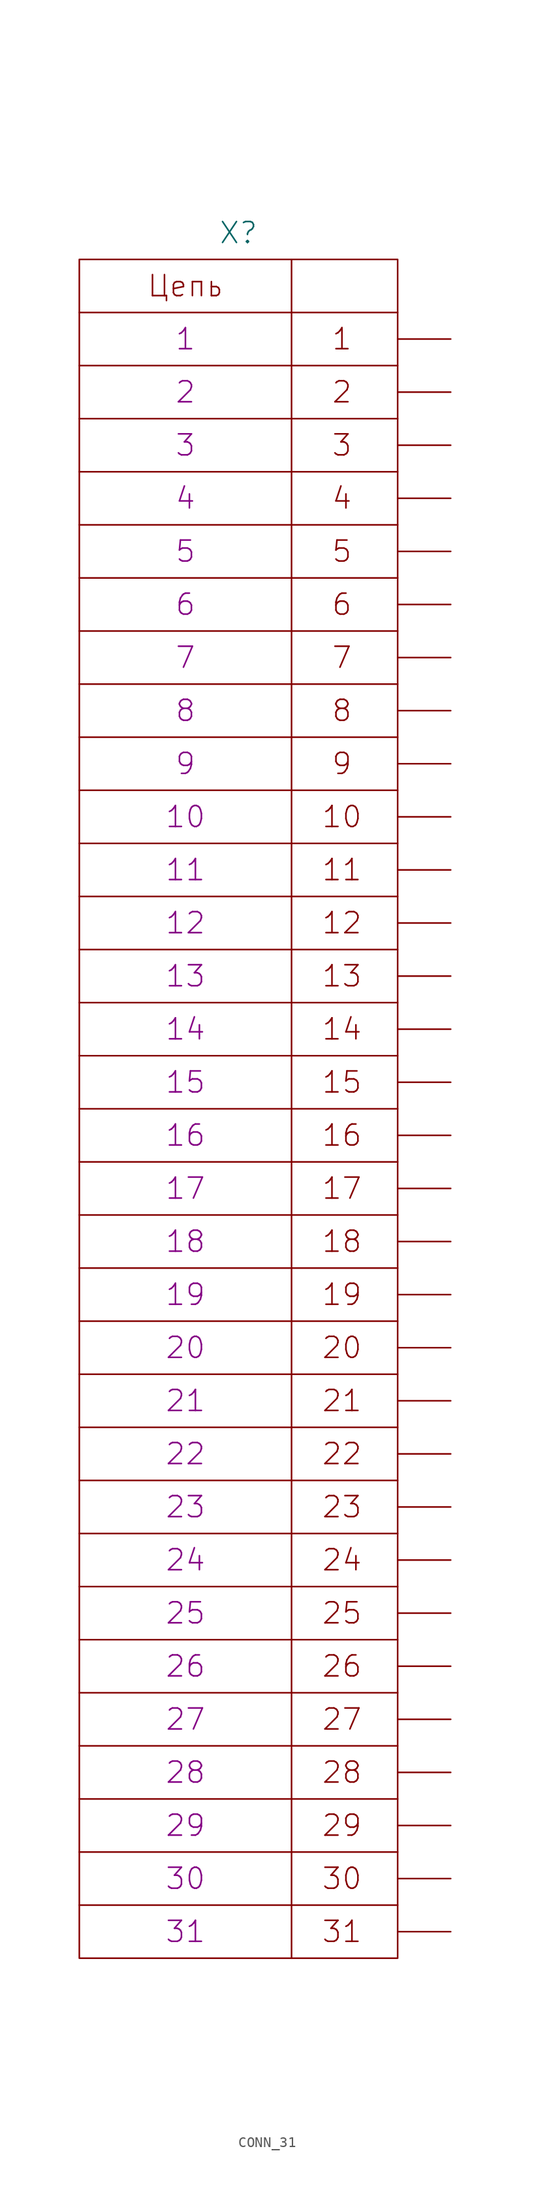
<source format=kicad_sym>
(kicad_symbol_lib
  (version 20231120)
  (generator "kicad_symbol_editor")
  (generator_version "8.0")
  (symbol "CONN_31"
    (pin_numbers hide)
    (pin_names
      (offset 0) hide)
    (property "Reference" "X"
      (at 0 83.82 0)
      (effects (font (size 2.007 2.007))))
    (property "PIN1" "1"
      (at -5.08 73.66 0)
      (effects (font (size 2.007 2.007))))
    (property "PIN2" "2"
      (at -5.08 68.58 0)
      (effects (font (size 2.007 2.007))))
    (property "PIN3" "3"
      (at -5.08 63.5 0)
      (effects (font (size 2.007 2.007))))
    (property "PIN4" "4"
      (at -5.08 58.42 0)
      (effects (font (size 2.007 2.007))))
    (property "PIN5" "5"
      (at -5.08 53.34 0)
      (effects (font (size 2.007 2.007))))
    (property "PIN6" "6"
      (at -5.08 48.26 0)
      (effects (font (size 2.007 2.007))))
    (property "PIN7" "7"
      (at -5.08 43.18 0)
      (effects (font (size 2.007 2.007))))
    (property "PIN8" "8"
      (at -5.08 38.1 0)
      (effects (font (size 2.007 2.007))))
    (property "PIN9" "9"
      (at -5.08 33.02 0)
      (effects (font (size 2.007 2.007))))
    (property "PIN10" "10"
      (at -5.08 27.94 0)
      (effects (font (size 2.007 2.007))))
    (property "PIN11" "11"
      (at -5.08 22.86 0)
      (effects (font (size 2.007 2.007))))
    (property "PIN12" "12"
      (at -5.08 17.78 0)
      (effects (font (size 2.007 2.007))))
    (property "PIN13" "13"
      (at -5.08 12.7 0)
      (effects (font (size 2.007 2.007))))
    (property "PIN14" "14"
      (at -5.08 7.62 0)
      (effects (font (size 2.007 2.007))))
    (property "PIN15" "15"
      (at -5.08 2.54 0)
      (effects (font (size 2.007 2.007))))
    (property "PIN16" "16"
      (at -5.08 -2.54 0)
      (effects (font (size 2.007 2.007))))
    (property "PIN17" "17"
      (at -5.08 -7.62 0)
      (effects (font (size 2.007 2.007))))
    (property "PIN18" "18"
      (at -5.08 -12.7 0)
      (effects (font (size 2.007 2.007))))
    (property "PIN19" "19"
      (at -5.08 -17.78 0)
      (effects (font (size 2.007 2.007))))
    (property "PIN20" "20"
      (at -5.08 -22.86 0)
      (effects (font (size 2.007 2.007))))
    (property "PIN21" "21"
      (at -5.08 -27.94 0)
      (effects (font (size 2.007 2.007))))
    (property "PIN22" "22"
      (at -5.08 -33.02 0)
      (effects (font (size 2.007 2.007))))
    (property "PIN23" "23"
      (at -5.08 -38.1 0)
      (effects (font (size 2.007 2.007))))
    (property "PIN24" "24"
      (at -5.08 -43.18 0)
      (effects (font (size 2.007 2.007))))
    (property "PIN25" "25"
      (at -5.08 -48.26 0)
      (effects (font (size 2.007 2.007))))
    (property "PIN26" "26"
      (at -5.08 -53.34 0)
      (effects (font (size 2.007 2.007))))
    (property "PIN27" "27"
      (at -5.08 -58.42 0)
      (effects (font (size 2.007 2.007))))
    (property "PIN28" "28"
      (at -5.08 -63.5 0)
      (effects (font (size 2.007 2.007))))
    (property "PIN29" "29"
      (at -5.08 -68.58 0)
      (effects (font (size 2.007 2.007))))
    (property "PIN30" "30"
      (at -5.08 -73.66 0)
      (effects (font (size 2.007 2.007))))
    (property "PIN31" "31"
      (at -5.08 -78.74 0)
      (effects (font (size 2.007 2.007))))
    (symbol "CONN_31_0_0"
      (polyline (pts (xy -15.24 -76.2) (xy 15.24 -76.2)) (stroke (width 0) (type solid)) (fill (type none)))
      (polyline (pts (xy -15.24 -71.12) (xy 15.24 -71.12)) (stroke (width 0) (type solid)) (fill (type none)))
      (polyline (pts (xy -15.24 -66.04) (xy 15.24 -66.04)) (stroke (width 0) (type solid)) (fill (type none)))
      (polyline (pts (xy -15.24 -60.96) (xy 15.24 -60.96)) (stroke (width 0) (type solid)) (fill (type none)))
      (polyline (pts (xy -15.24 -55.88) (xy 15.24 -55.88)) (stroke (width 0) (type solid)) (fill (type none)))
      (polyline (pts (xy -15.24 -50.8) (xy 15.24 -50.8)) (stroke (width 0) (type solid)) (fill (type none)))
      (polyline (pts (xy -15.24 -45.72) (xy 15.24 -45.72)) (stroke (width 0) (type solid)) (fill (type none)))
      (polyline (pts (xy -15.24 -40.64) (xy 15.24 -40.64)) (stroke (width 0) (type solid)) (fill (type none)))
      (polyline (pts (xy -15.24 -35.56) (xy 15.24 -35.56)) (stroke (width 0) (type solid)) (fill (type none)))
      (polyline (pts (xy -15.24 -30.48) (xy 15.24 -30.48)) (stroke (width 0) (type solid)) (fill (type none)))
      (polyline (pts (xy -15.24 -25.4) (xy 15.24 -25.4)) (stroke (width 0) (type solid)) (fill (type none)))
      (polyline (pts (xy -15.24 -20.32) (xy 15.24 -20.32)) (stroke (width 0) (type solid)) (fill (type none)))
      (polyline (pts (xy -15.24 -15.24) (xy 15.24 -15.24)) (stroke (width 0) (type solid)) (fill (type none)))
      (polyline (pts (xy -15.24 -10.16) (xy 15.24 -10.16)) (stroke (width 0) (type solid)) (fill (type none)))
      (polyline (pts (xy -15.24 -5.08) (xy 15.24 -5.08)) (stroke (width 0) (type solid)) (fill (type none)))
      (polyline (pts (xy -15.24 0) (xy 15.24 0)) (stroke (width 0) (type solid)) (fill (type none)))
      (polyline (pts (xy -15.24 5.08) (xy 15.24 5.08)) (stroke (width 0) (type solid)) (fill (type none)))
      (polyline (pts (xy -15.24 10.16) (xy 15.24 10.16)) (stroke (width 0) (type solid)) (fill (type none)))
      (polyline (pts (xy -15.24 15.24) (xy 15.24 15.24)) (stroke (width 0) (type solid)) (fill (type none)))
      (polyline (pts (xy -15.24 20.32) (xy 15.24 20.32)) (stroke (width 0) (type solid)) (fill (type none)))
      (polyline (pts (xy -15.24 25.4) (xy 15.24 25.4)) (stroke (width 0) (type solid)) (fill (type none)))
      (polyline (pts (xy -15.24 30.48) (xy 15.24 30.48)) (stroke (width 0) (type solid)) (fill (type none)))
      (polyline (pts (xy -15.24 35.56) (xy 15.24 35.56)) (stroke (width 0) (type solid)) (fill (type none)))
      (polyline (pts (xy -15.24 40.64) (xy 15.24 40.64)) (stroke (width 0) (type solid)) (fill (type none)))
      (polyline (pts (xy -15.24 45.72) (xy 15.24 45.72)) (stroke (width 0) (type solid)) (fill (type none)))
      (polyline (pts (xy -15.24 50.8) (xy 15.24 50.8)) (stroke (width 0) (type solid)) (fill (type none)))
      (polyline (pts (xy -15.24 55.88) (xy 15.24 55.88)) (stroke (width 0) (type solid)) (fill (type none)))
      (polyline (pts (xy -15.24 60.96) (xy 15.24 60.96)) (stroke (width 0) (type solid)) (fill (type none)))
      (polyline (pts (xy -15.24 66.04) (xy 15.24 66.04)) (stroke (width 0) (type solid)) (fill (type none)))
      (polyline (pts (xy -15.24 71.12) (xy 15.24 71.12)) (stroke (width 0) (type solid)) (fill (type none)))
      (polyline (pts (xy -15.24 76.2) (xy 15.24 76.2)) (stroke (width 0) (type solid)) (fill (type none)))
      (polyline (pts (xy 5.08 81.28) (xy 5.08 -81.28)) (stroke (width 0) (type solid)) (fill (type none)))
      (rectangle (start 15.24 81.28) (end -15.24 -81.28) (stroke (width 0) (type solid)) (fill (type none))))
    (symbol "CONN_31_1_1"
      (text "1" (at 9.906 73.66 0) (effects (font (size 2.007 2.007))))
      (text "10" (at 9.906 27.94 0) (effects (font (size 2.007 2.007))))
      (text "11" (at 9.906 22.86 0) (effects (font (size 2.007 2.007))))
      (text "12" (at 9.906 17.78 0) (effects (font (size 2.007 2.007))))
      (text "13" (at 9.906 12.7 0) (effects (font (size 2.007 2.007))))
      (text "14" (at 9.906 7.62 0) (effects (font (size 2.007 2.007))))
      (text "15" (at 9.906 2.54 0) (effects (font (size 2.007 2.007))))
      (text "16" (at 9.906 -2.54 0) (effects (font (size 2.007 2.007))))
      (text "17" (at 9.906 -7.62 0) (effects (font (size 2.007 2.007))))
      (text "18" (at 9.906 -12.7 0) (effects (font (size 2.007 2.007))))
      (text "19" (at 9.906 -17.78 0) (effects (font (size 2.007 2.007))))
      (text "2" (at 9.906 68.58 0) (effects (font (size 2.007 2.007))))
      (text "20" (at 9.906 -22.86 0) (effects (font (size 2.007 2.007))))
      (text "21" (at 9.906 -27.94 0) (effects (font (size 2.007 2.007))))
      (text "22" (at 9.906 -33.02 0) (effects (font (size 2.007 2.007))))
      (text "23" (at 9.906 -38.1 0) (effects (font (size 2.007 2.007))))
      (text "24" (at 9.906 -43.18 0) (effects (font (size 2.007 2.007))))
      (text "25" (at 9.906 -48.26 0) (effects (font (size 2.007 2.007))))
      (text "26" (at 9.906 -53.34 0) (effects (font (size 2.007 2.007))))
      (text "27" (at 9.906 -58.42 0) (effects (font (size 2.007 2.007))))
      (text "28" (at 9.906 -63.5 0) (effects (font (size 2.007 2.007))))
      (text "29" (at 9.906 -68.58 0) (effects (font (size 2.007 2.007))))
      (text "3" (at 9.906 63.5 0) (effects (font (size 2.007 2.007))))
      (text "30" (at 9.906 -73.66 0) (effects (font (size 2.007 2.007))))
      (text "31" (at 9.906 -78.74 0) (effects (font (size 2.007 2.007))))
      (text "4" (at 9.906 58.42 0) (effects (font (size 2.007 2.007))))
      (text "5" (at 9.906 53.34 0) (effects (font (size 2.007 2.007))))
      (text "6" (at 9.906 48.26 0) (effects (font (size 2.007 2.007))))
      (text "7" (at 9.906 43.18 0) (effects (font (size 2.007 2.007))))
      (text "8" (at 9.906 38.1 0) (effects (font (size 2.007 2.007))))
      (text "9" (at 9.906 33.02 0) (effects (font (size 2.007 2.007))))
      (text "Цепь" (at -5.08 78.74 0) (effects (font (size 2.007 2.007))))
      (pin passive line (at 20.32 73.66 180) (length 5.08) (name "1" (effects (font (size 2.007 2.007)))) (number "1" (effects (font (size 2.007 2.007)))))
      (pin passive line (at 20.32 27.94 180) (length 5.08) (name "10" (effects (font (size 2.007 2.007)))) (number "10" (effects (font (size 2.007 2.007)))))
      (pin passive line (at 20.32 22.86 180) (length 5.08) (name "11" (effects (font (size 2.007 2.007)))) (number "11" (effects (font (size 2.007 2.007)))))
      (pin passive line (at 20.32 17.78 180) (length 5.08) (name "12" (effects (font (size 2.007 2.007)))) (number "12" (effects (font (size 2.007 2.007)))))
      (pin passive line (at 20.32 12.7 180) (length 5.08) (name "13" (effects (font (size 2.007 2.007)))) (number "13" (effects (font (size 2.007 2.007)))))
      (pin passive line (at 20.32 7.62 180) (length 5.08) (name "14" (effects (font (size 2.007 2.007)))) (number "14" (effects (font (size 2.007 2.007)))))
      (pin passive line (at 20.32 2.54 180) (length 5.08) (name "15" (effects (font (size 2.007 2.007)))) (number "15" (effects (font (size 2.007 2.007)))))
      (pin passive line (at 20.32 -2.54 180) (length 5.08) (name "16" (effects (font (size 2.007 2.007)))) (number "16" (effects (font (size 2.007 2.007)))))
      (pin passive line (at 20.32 -7.62 180) (length 5.08) (name "17" (effects (font (size 2.007 2.007)))) (number "17" (effects (font (size 2.007 2.007)))))
      (pin passive line (at 20.32 -12.7 180) (length 5.08) (name "18" (effects (font (size 2.007 2.007)))) (number "18" (effects (font (size 2.007 2.007)))))
      (pin passive line (at 20.32 -17.78 180) (length 5.08) (name "19" (effects (font (size 2.007 2.007)))) (number "19" (effects (font (size 2.007 2.007)))))
      (pin passive line (at 20.32 68.58 180) (length 5.08) (name "2" (effects (font (size 2.007 2.007)))) (number "2" (effects (font (size 2.007 2.007)))))
      (pin passive line (at 20.32 -22.86 180) (length 5.08) (name "20" (effects (font (size 2.007 2.007)))) (number "20" (effects (font (size 2.007 2.007)))))
      (pin passive line (at 20.32 -27.94 180) (length 5.08) (name "21" (effects (font (size 2.007 2.007)))) (number "21" (effects (font (size 2.007 2.007)))))
      (pin passive line (at 20.32 -33.02 180) (length 5.08) (name "22" (effects (font (size 2.007 2.007)))) (number "22" (effects (font (size 2.007 2.007)))))
      (pin passive line (at 20.32 -38.1 180) (length 5.08) (name "23" (effects (font (size 2.007 2.007)))) (number "23" (effects (font (size 2.007 2.007)))))
      (pin passive line (at 20.32 -43.18 180) (length 5.08) (name "24" (effects (font (size 2.007 2.007)))) (number "24" (effects (font (size 2.007 2.007)))))
      (pin passive line (at 20.32 -48.26 180) (length 5.08) (name "25" (effects (font (size 2.007 2.007)))) (number "25" (effects (font (size 2.007 2.007)))))
      (pin passive line (at 20.32 -53.34 180) (length 5.08) (name "26" (effects (font (size 2.007 2.007)))) (number "26" (effects (font (size 2.007 2.007)))))
      (pin passive line (at 20.32 -58.42 180) (length 5.08) (name "27" (effects (font (size 2.007 2.007)))) (number "27" (effects (font (size 2.007 2.007)))))
      (pin passive line (at 20.32 -63.5 180) (length 5.08) (name "28" (effects (font (size 2.007 2.007)))) (number "28" (effects (font (size 2.007 2.007)))))
      (pin passive line (at 20.32 -68.58 180) (length 5.08) (name "29" (effects (font (size 2.007 2.007)))) (number "29" (effects (font (size 2.007 2.007)))))
      (pin passive line (at 20.32 63.5 180) (length 5.08) (name "3" (effects (font (size 2.007 2.007)))) (number "3" (effects (font (size 2.007 2.007)))))
      (pin passive line (at 20.32 -73.66 180) (length 5.08) (name "30" (effects (font (size 2.007 2.007)))) (number "30" (effects (font (size 2.007 2.007)))))
      (pin passive line (at 20.32 -78.74 180) (length 5.08) (name "31" (effects (font (size 2.007 2.007)))) (number "31" (effects (font (size 2.007 2.007)))))
      (pin passive line (at 20.32 58.42 180) (length 5.08) (name "4" (effects (font (size 2.007 2.007)))) (number "4" (effects (font (size 2.007 2.007)))))
      (pin passive line (at 20.32 53.34 180) (length 5.08) (name "5" (effects (font (size 2.007 2.007)))) (number "5" (effects (font (size 2.007 2.007)))))
      (pin passive line (at 20.32 48.26 180) (length 5.08) (name "6" (effects (font (size 2.007 2.007)))) (number "6" (effects (font (size 2.007 2.007)))))
      (pin passive line (at 20.32 43.18 180) (length 5.08) (name "7" (effects (font (size 2.007 2.007)))) (number "7" (effects (font (size 2.007 2.007)))))
      (pin passive line (at 20.32 38.1 180) (length 5.08) (name "8" (effects (font (size 2.007 2.007)))) (number "8" (effects (font (size 2.007 2.007)))))
      (pin passive line (at 20.32 33.02 180) (length 5.08) (name "9" (effects (font (size 2.007 2.007)))) (number "9" (effects (font (size 2.007 2.007))))))))
</source>
